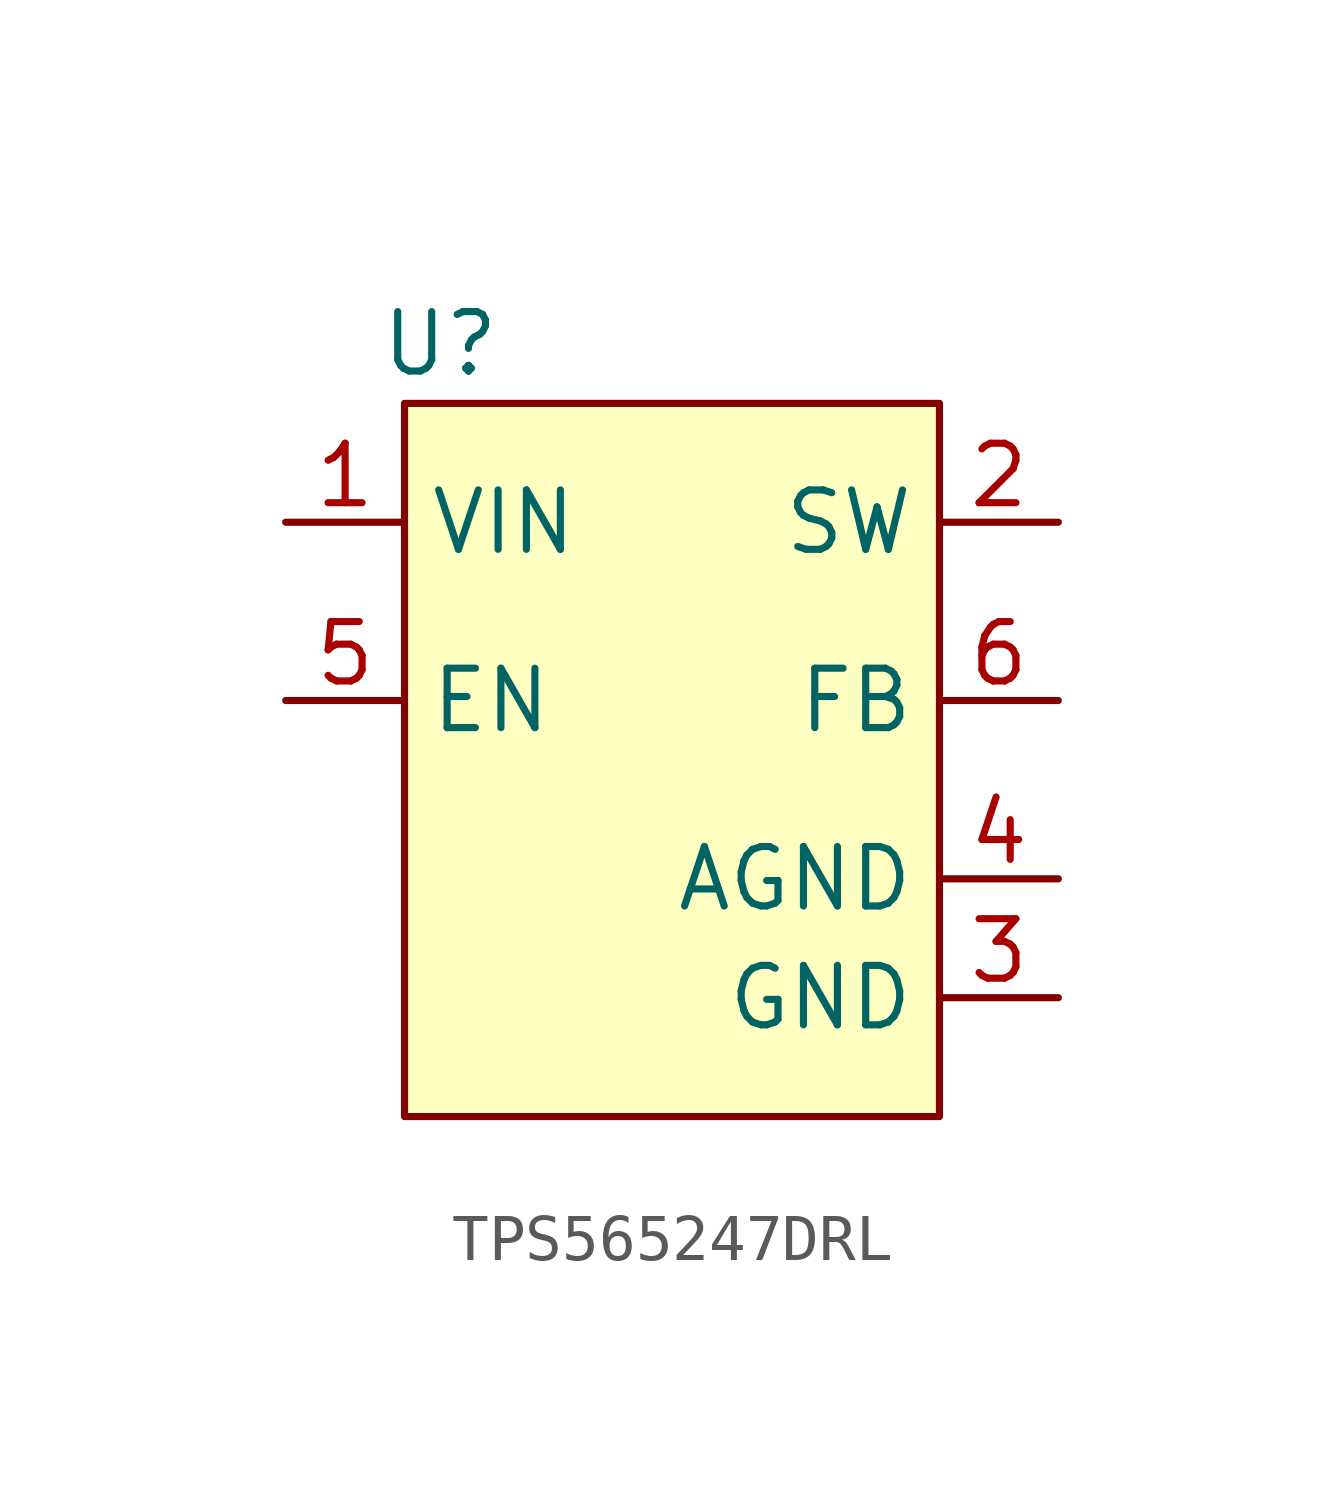
<source format=kicad_sym>
(kicad_symbol_lib
  (version 20241209)
  (generator "kicad_symbol_editor")
  (generator_version "9.0")
  (symbol "TPS565247DRL"
    (property "Reference" "U"
      (at -4.318 -1.27 0)
      (effects (font (size 1.27 1.27))))
    (property "Value" ""
      (at 0 0 0)
      (effects (font (size 1.27 1.27))))
    (symbol "TPS565247DRL_1_1"
      (rectangle (start -5.08 -2.54) (end 6.35 -17.78) (stroke (width 0) (type solid)) (fill (type color) (color 255 255 194 1)))
      (pin power_in line (at -7.62 -5.08 0) (length 2.54) (name "VIN" (effects (font (size 1.27 1.27)))) (number "1" (effects (font (size 1.27 1.27)))))
      (pin input line (at -7.62 -8.89 0) (length 2.54) (name "EN" (effects (font (size 1.27 1.27)))) (number "5" (effects (font (size 1.27 1.27)))))
      (pin output line (at 8.89 -5.08 180) (length 2.54) (name "SW" (effects (font (size 1.27 1.27)))) (number "2" (effects (font (size 1.27 1.27)))))
      (pin input line (at 8.89 -8.89 180) (length 2.54) (name "FB" (effects (font (size 1.27 1.27)))) (number "6" (effects (font (size 1.27 1.27)))))
      (pin power_out line (at 8.89 -12.7 180) (length 2.54) (name "AGND" (effects (font (size 1.27 1.27)))) (number "4" (effects (font (size 1.27 1.27)))))
      (pin power_out line (at 8.89 -15.24 180) (length 2.54) (name "GND" (effects (font (size 1.27 1.27)))) (number "3" (effects (font (size 1.27 1.27))))))))
</source>
